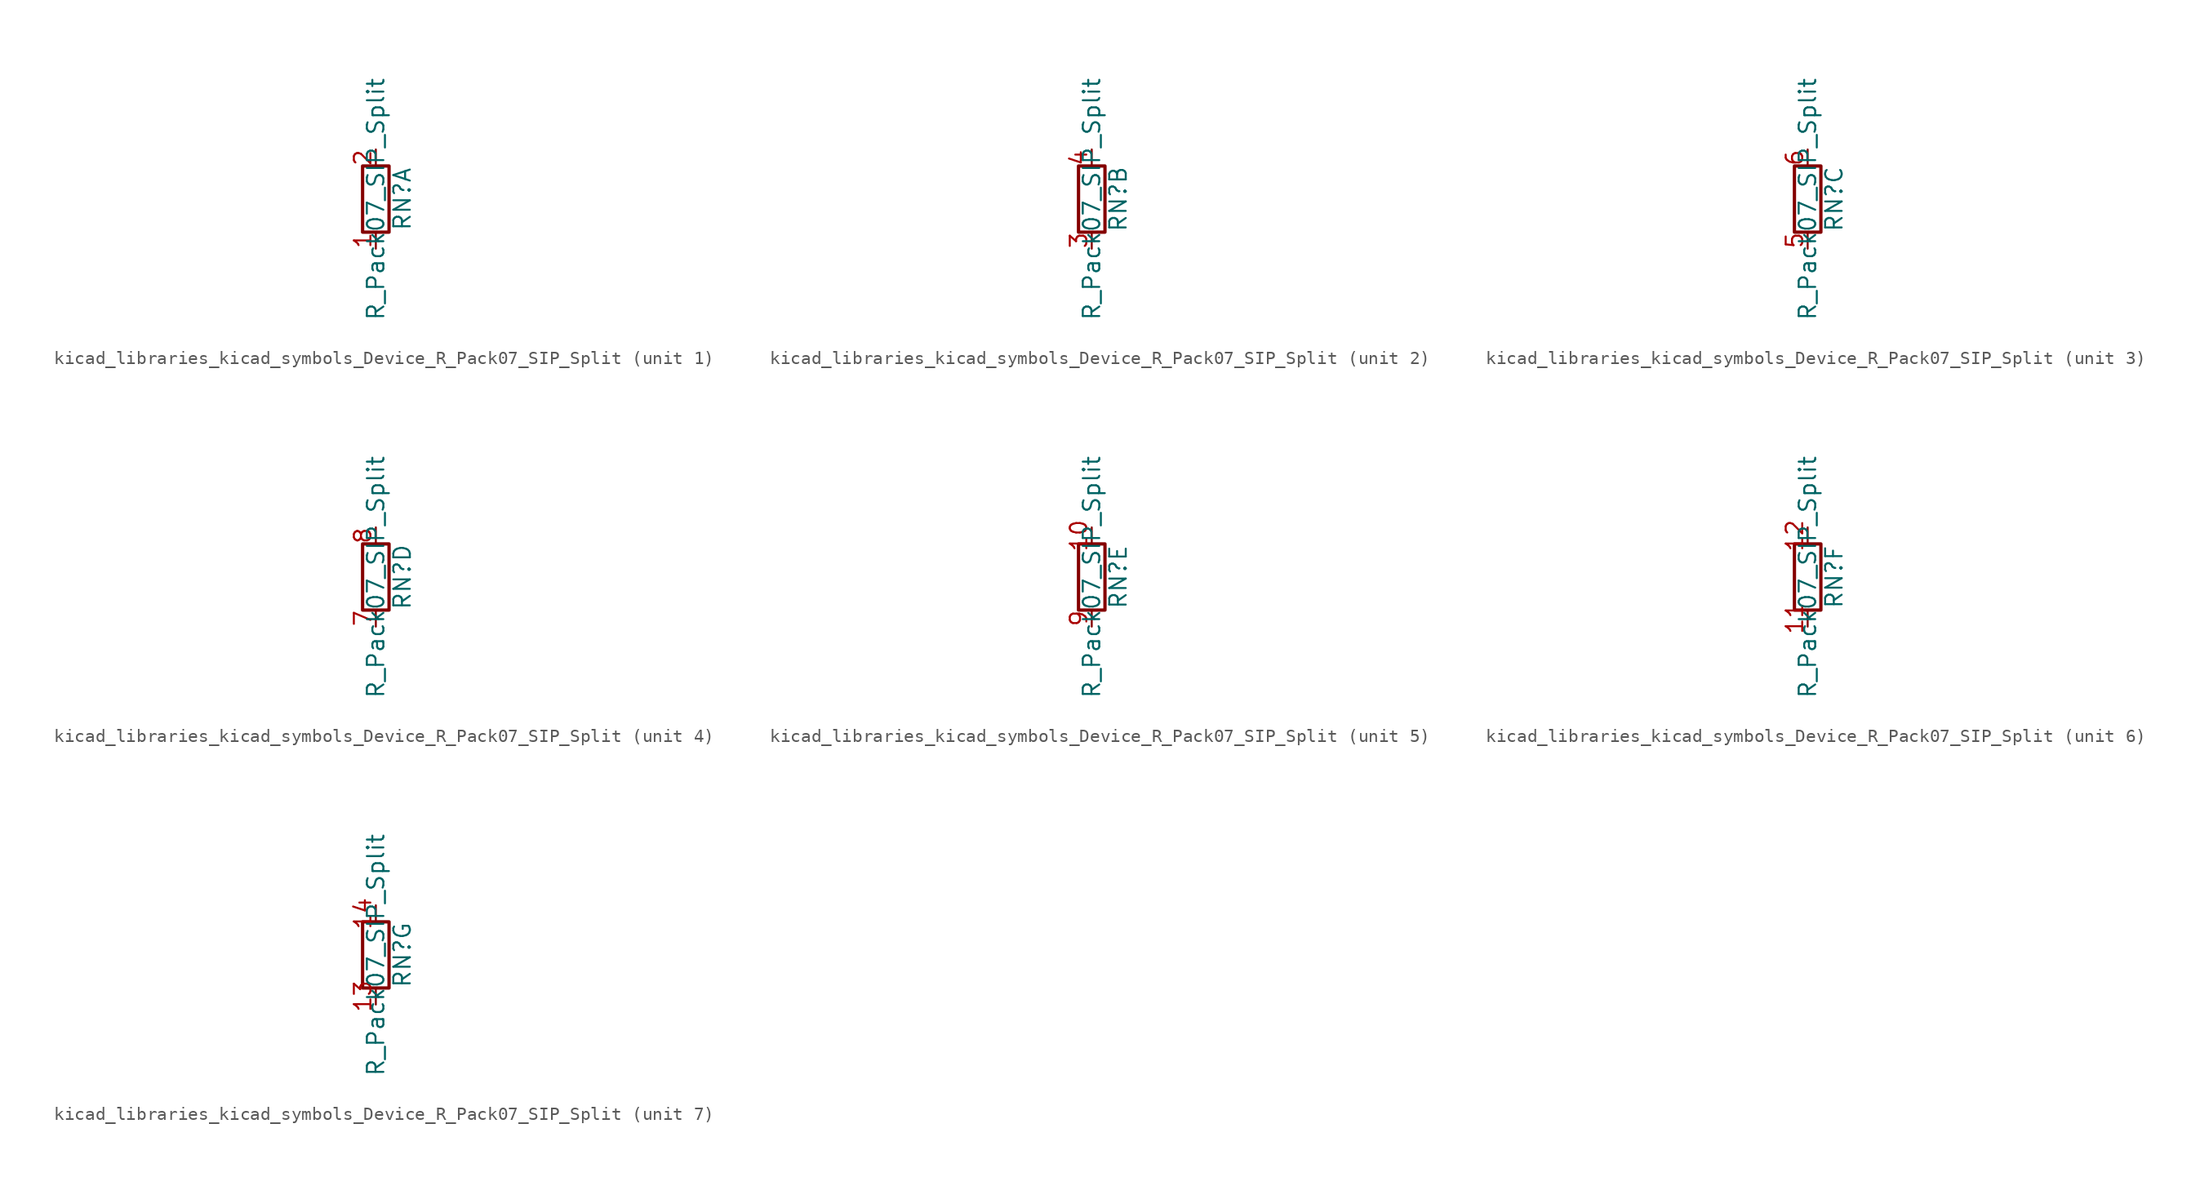
<source format=kicad_sym>
(kicad_symbol_lib
  (version 20220914)
  (generator kicad_symbol_editor)
  (symbol "kicad_libraries_kicad_symbols_Device_R_Pack07_SIP_Split"
    (pin_names
      (offset 0) hide)
    (property "Reference" "RN"
      (at 2.032 0 90)
      (effects (font (size 1.27 1.27))))
    (property "Value" "R_Pack07_SIP_Split"
      (at 0 0 90)
      (effects (font (size 1.27 1.27))))
    (symbol "kicad_libraries_kicad_symbols_Device_R_Pack07_SIP_Split_0_1"
      (rectangle (start 1.016 2.54) (end -1.016 -2.54) (stroke (width 0.254) (type default)) (fill (type none))))
    (symbol "kicad_libraries_kicad_symbols_Device_R_Pack07_SIP_Split_1_1"
      (pin passive line (at 0 -3.81 90) (length 1.27) (name "R1.1" (effects (font (size 1.27 1.27)))) (number "1" (effects (font (size 1.27 1.27)))))
      (pin passive line (at 0 3.81 270) (length 1.27) (name "R1.2" (effects (font (size 1.27 1.27)))) (number "2" (effects (font (size 1.27 1.27))))))
    (symbol "kicad_libraries_kicad_symbols_Device_R_Pack07_SIP_Split_2_1"
      (pin passive line (at 0 -3.81 90) (length 1.27) (name "R2.1" (effects (font (size 1.27 1.27)))) (number "3" (effects (font (size 1.27 1.27)))))
      (pin passive line (at 0 3.81 270) (length 1.27) (name "R2.2" (effects (font (size 1.27 1.27)))) (number "4" (effects (font (size 1.27 1.27))))))
    (symbol "kicad_libraries_kicad_symbols_Device_R_Pack07_SIP_Split_3_1"
      (pin passive line (at 0 -3.81 90) (length 1.27) (name "R3.1" (effects (font (size 1.27 1.27)))) (number "5" (effects (font (size 1.27 1.27)))))
      (pin passive line (at 0 3.81 270) (length 1.27) (name "R3.2" (effects (font (size 1.27 1.27)))) (number "6" (effects (font (size 1.27 1.27))))))
    (symbol "kicad_libraries_kicad_symbols_Device_R_Pack07_SIP_Split_4_1"
      (pin passive line (at 0 -3.81 90) (length 1.27) (name "R4.1" (effects (font (size 1.27 1.27)))) (number "7" (effects (font (size 1.27 1.27)))))
      (pin passive line (at 0 3.81 270) (length 1.27) (name "R4.2" (effects (font (size 1.27 1.27)))) (number "8" (effects (font (size 1.27 1.27))))))
    (symbol "kicad_libraries_kicad_symbols_Device_R_Pack07_SIP_Split_5_1"
      (pin passive line (at 0 3.81 270) (length 1.27) (name "R5.2" (effects (font (size 1.27 1.27)))) (number "10" (effects (font (size 1.27 1.27)))))
      (pin passive line (at 0 -3.81 90) (length 1.27) (name "R5.1" (effects (font (size 1.27 1.27)))) (number "9" (effects (font (size 1.27 1.27))))))
    (symbol "kicad_libraries_kicad_symbols_Device_R_Pack07_SIP_Split_6_1"
      (pin passive line (at 0 -3.81 90) (length 1.27) (name "R6.1" (effects (font (size 1.27 1.27)))) (number "11" (effects (font (size 1.27 1.27)))))
      (pin passive line (at 0 3.81 270) (length 1.27) (name "R6.2" (effects (font (size 1.27 1.27)))) (number "12" (effects (font (size 1.27 1.27))))))
    (symbol "kicad_libraries_kicad_symbols_Device_R_Pack07_SIP_Split_7_1"
      (pin passive line (at 0 -3.81 90) (length 1.27) (name "R7.1" (effects (font (size 1.27 1.27)))) (number "13" (effects (font (size 1.27 1.27)))))
      (pin passive line (at 0 3.81 270) (length 1.27) (name "R7.2" (effects (font (size 1.27 1.27)))) (number "14" (effects (font (size 1.27 1.27))))))))
</source>
